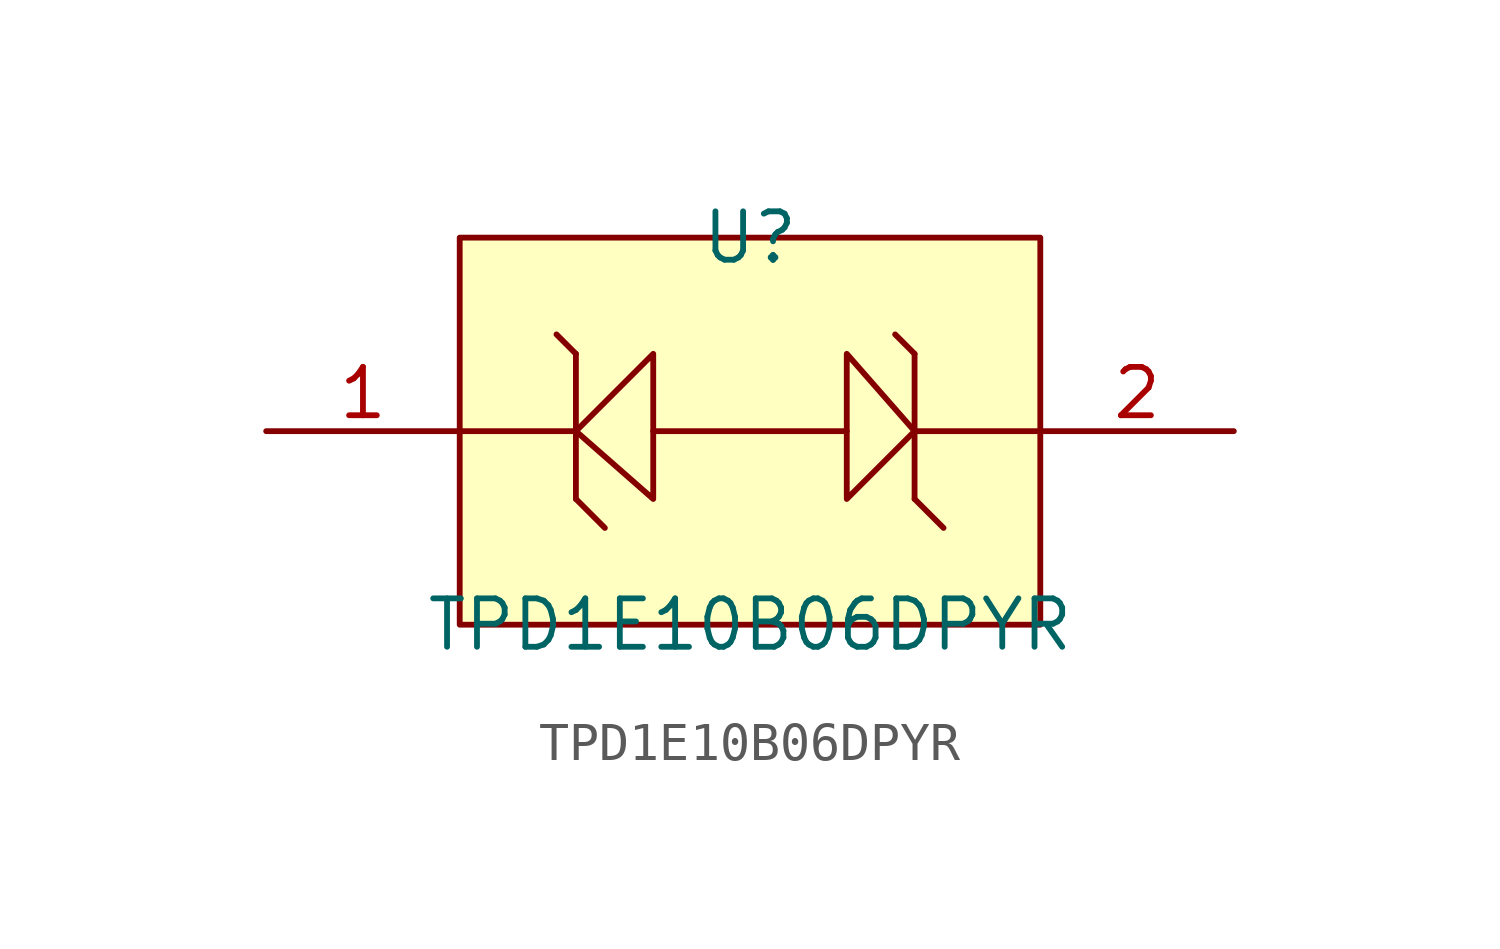
<source format=kicad_sym>
(kicad_symbol_lib
  (version 20211014)
  (generator https://github.com/uPesy/easyeda2kicad.py)
  (symbol "TPD1E10B06DPYR"
    (property "Reference" "U"
      (at 0 5.08 0)
      (effects (font (size 1.27 1.27))))
    (property "Value" "TPD1E10B06DPYR"
      (at 0 -5.08 0)
      (effects (font (size 1.27 1.27))))
    (symbol "TPD1E10B06DPYR_0_1"
      (rectangle (start -7.62 5.08) (end 7.62 -5.08) (stroke (width 0) (type default) (color 0 0 0 0)) (fill (type background)))
      (polyline (pts (xy -4.57 -1.78) (xy -3.81 -2.54)) (stroke (width 0) (type default) (color 0 0 0 0)) (fill (type none)))
      (polyline (pts (xy -4.57 -0.00) (xy -7.62 -0.00)) (stroke (width 0) (type default) (color 0 0 0 0)) (fill (type none)))
      (polyline (pts (xy -4.57 2.03) (xy -5.08 2.54)) (stroke (width 0) (type default) (color 0 0 0 0)) (fill (type none)))
      (polyline (pts (xy -4.57 2.03) (xy -4.57 -1.78)) (stroke (width 0) (type default) (color 0 0 0 0)) (fill (type none)))
      (polyline (pts (xy 2.54 -0.00) (xy -2.54 -0.00)) (stroke (width 0) (type default) (color 0 0 0 0)) (fill (type none)))
      (polyline (pts (xy 4.32 -1.78) (xy 5.08 -2.54)) (stroke (width 0) (type default) (color 0 0 0 0)) (fill (type none)))
      (polyline (pts (xy 4.32 2.03) (xy 3.81 2.54)) (stroke (width 0) (type default) (color 0 0 0 0)) (fill (type none)))
      (polyline (pts (xy 4.32 2.03) (xy 4.32 -1.78)) (stroke (width 0) (type default) (color 0 0 0 0)) (fill (type none)))
      (polyline (pts (xy 7.62 -0.00) (xy 4.32 -0.00)) (stroke (width 0) (type default) (color 0 0 0 0)) (fill (type none)))
      (polyline (pts (xy -2.54 -1.78) (xy -2.54 2.03) (xy -4.57 -0.00) (xy -2.54 -1.78) (xy -2.54 -1.78)) (stroke (width 0) (type default) (color 0 0 0 0)) (fill (type background)))
      (polyline (pts (xy 2.54 2.03) (xy 2.54 -1.78) (xy 4.32 -0.00) (xy 2.54 2.03) (xy 2.54 2.03)) (stroke (width 0) (type default) (color 0 0 0 0)) (fill (type background)))
      (pin bidirectional line (at -12.70 -0.00 0) (length 5.08) (name "" (effects (font (size 1.27 1.27)))) (number "1" (effects (font (size 1.27 1.27)))))
      (pin bidirectional line (at 12.70 -0.00 180) (length 5.08) (name "" (effects (font (size 1.27 1.27)))) (number "2" (effects (font (size 1.27 1.27))))))))
</source>
